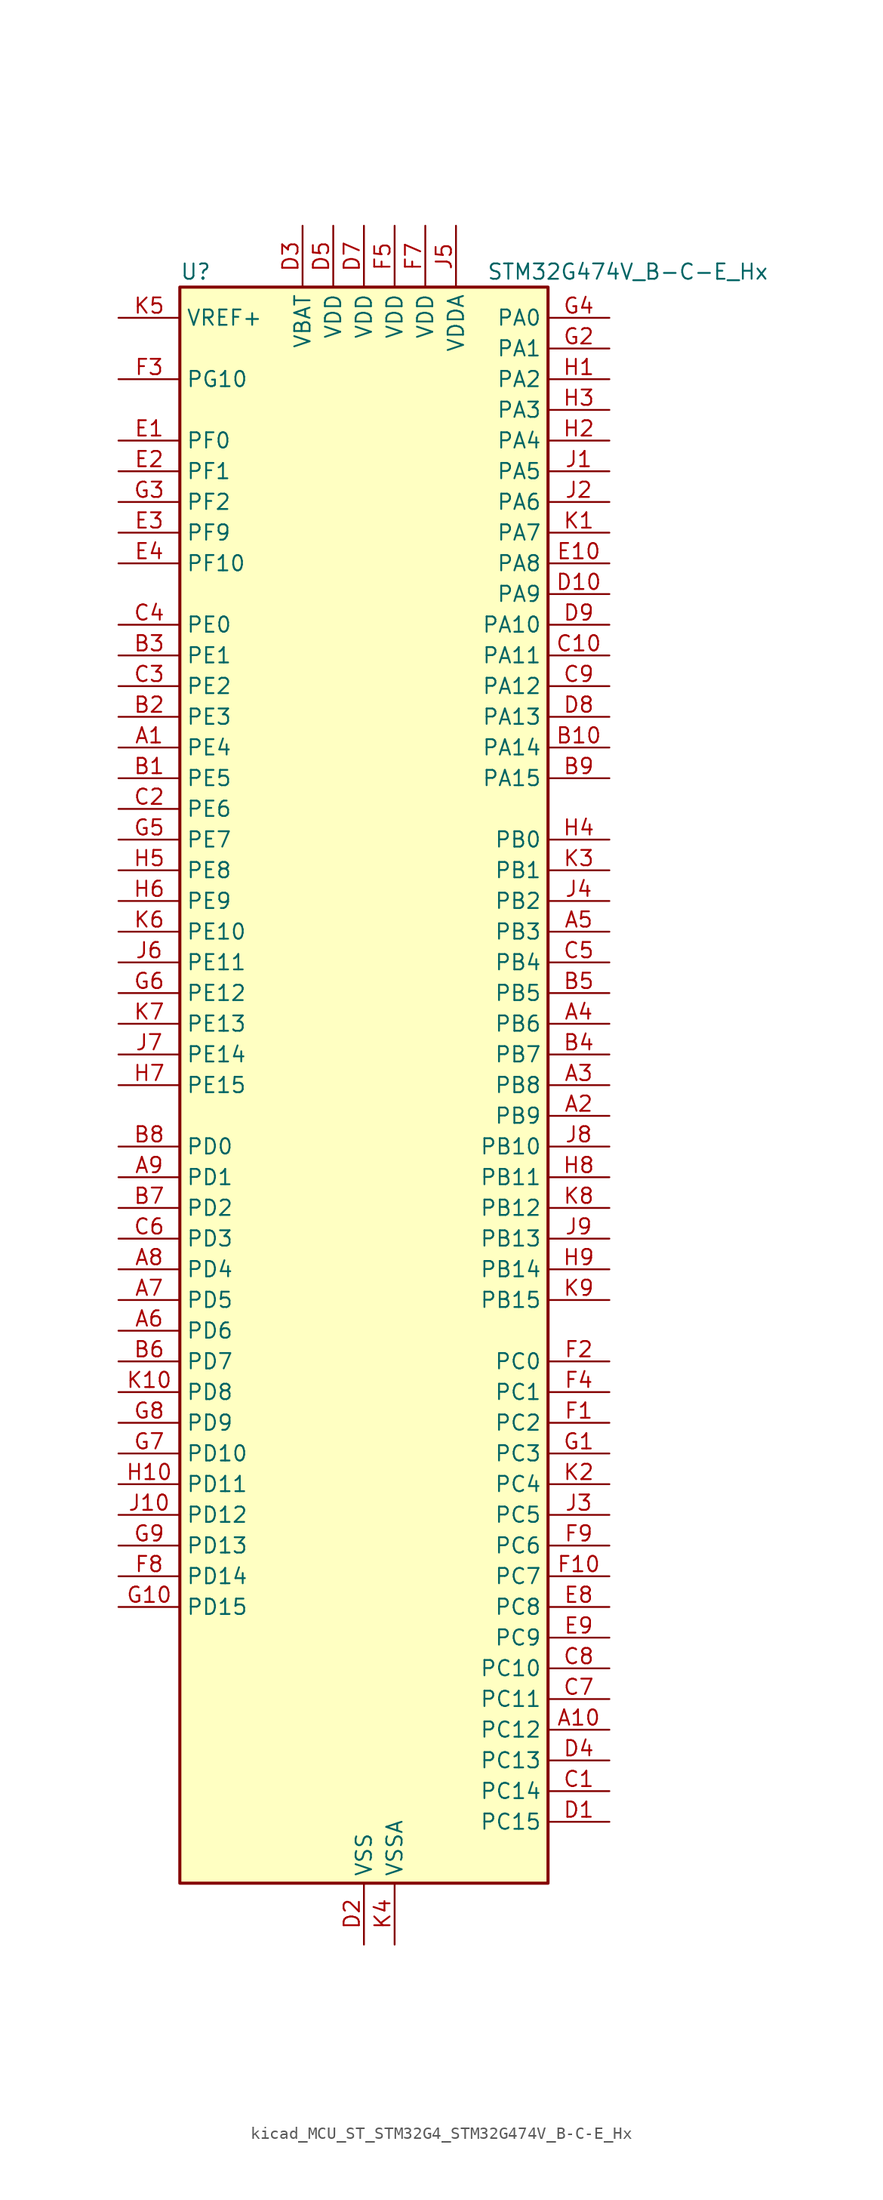
<source format=kicad_sym>
(kicad_symbol_lib
  (version 20220914)
  (generator kicad_symbol_editor)
  (symbol "kicad_MCU_ST_STM32G4_STM32G474V_B-C-E_Hx"
    (property "Reference" "U"
      (at -15.24 67.31 0)
      (effects (font (size 1.27 1.27)) (justify left)))
    (property "Value" "STM32G474V_B-C-E_Hx"
      (at 10.16 67.31 0)
      (effects (font (size 1.27 1.27)) (justify left)))
    (property "ki_locked" ""
      (at 0 0 0)
      (effects (font (size 1.27 1.27))))
    (symbol "kicad_MCU_ST_STM32G4_STM32G474V_B-C-E_Hx_0_1"
      (rectangle (start -15.24 -66.04) (end 15.24 66.04) (stroke (width 0.254) (type default)) (fill (type background))))
    (symbol "kicad_MCU_ST_STM32G4_STM32G474V_B-C-E_Hx_1_1"
      (pin bidirectional line (at -20.32 27.94 0) (length 5.08) (name "PE4" (effects (font (size 1.27 1.27)))) (number "A1" (effects (font (size 1.27 1.27)))) (alternate "FMC_A20" bidirectional line) (alternate "SAI1_D2" bidirectional line) (alternate "SAI1_FS_A" bidirectional line) (alternate "SPI4_NSS" bidirectional line) (alternate "SYS_TRACED1" bidirectional line) (alternate "TIM20_CH1N" bidirectional line) (alternate "TIM3_CH3" bidirectional line))
      (pin bidirectional line (at 20.32 -53.34 180) (length 5.08) (name "PC12" (effects (font (size 1.27 1.27)))) (number "A10" (effects (font (size 1.27 1.27)))) (alternate "HRTIM1_EEV1" bidirectional line) (alternate "I2S3_SD" bidirectional line) (alternate "SPI3_MOSI" bidirectional line) (alternate "TIM5_CH2" bidirectional line) (alternate "TIM8_CH3N" bidirectional line) (alternate "UART5_TX" bidirectional line) (alternate "UCPD1_FRSTX1" bidirectional line) (alternate "UCPD1_FRSTX2" bidirectional line) (alternate "USART3_CK" bidirectional line))
      (pin bidirectional line (at 20.32 -2.54 180) (length 5.08) (name "PB9" (effects (font (size 1.27 1.27)))) (number "A2" (effects (font (size 1.27 1.27)))) (alternate "COMP2_OUT" bidirectional line) (alternate "DAC1_EXTI9" bidirectional line) (alternate "DAC2_EXTI9" bidirectional line) (alternate "DAC3_EXTI9" bidirectional line) (alternate "DAC4_EXTI9" bidirectional line) (alternate "FDCAN1_TX" bidirectional line) (alternate "HRTIM1_EEV5" bidirectional line) (alternate "I2C1_SDA" bidirectional line) (alternate "IR_OUT" bidirectional line) (alternate "SAI1_D2" bidirectional line) (alternate "SAI1_FS_A" bidirectional line) (alternate "TIM17_CH1" bidirectional line) (alternate "TIM1_CH3N" bidirectional line) (alternate "TIM4_CH4" bidirectional line) (alternate "TIM8_CH3" bidirectional line) (alternate "USART3_TX" bidirectional line))
      (pin bidirectional line (at 20.32 0 180) (length 5.08) (name "PB8" (effects (font (size 1.27 1.27)))) (number "A3" (effects (font (size 1.27 1.27)))) (alternate "COMP1_OUT" bidirectional line) (alternate "FDCAN1_RX" bidirectional line) (alternate "HRTIM1_EEV8" bidirectional line) (alternate "I2C1_SCL" bidirectional line) (alternate "SAI1_CK1" bidirectional line) (alternate "SAI1_MCLK_A" bidirectional line) (alternate "TIM16_CH1" bidirectional line) (alternate "TIM1_BKIN" bidirectional line) (alternate "TIM4_CH3" bidirectional line) (alternate "TIM8_CH2" bidirectional line) (alternate "USART3_RX" bidirectional line))
      (pin bidirectional line (at 20.32 5.08 180) (length 5.08) (name "PB6" (effects (font (size 1.27 1.27)))) (number "A4" (effects (font (size 1.27 1.27)))) (alternate "COMP4_OUT" bidirectional line) (alternate "FDCAN2_TX" bidirectional line) (alternate "HRTIM1_EEV4" bidirectional line) (alternate "HRTIM1_SCIN" bidirectional line) (alternate "LPTIM1_ETR" bidirectional line) (alternate "SAI1_FS_B" bidirectional line) (alternate "TIM16_CH1N" bidirectional line) (alternate "TIM4_CH1" bidirectional line) (alternate "TIM8_BKIN2" bidirectional line) (alternate "TIM8_CH1" bidirectional line) (alternate "TIM8_ETR" bidirectional line) (alternate "UCPD1_CC1" bidirectional line) (alternate "USART1_TX" bidirectional line))
      (pin bidirectional line (at 20.32 12.7 180) (length 5.08) (name "PB3" (effects (font (size 1.27 1.27)))) (number "A5" (effects (font (size 1.27 1.27)))) (alternate "ADC3_EXTI3" bidirectional line) (alternate "ADC4_EXTI3" bidirectional line) (alternate "ADC5_EXTI3" bidirectional line) (alternate "CRS_SYNC" bidirectional line) (alternate "FDCAN3_RX" bidirectional line) (alternate "HRTIM1_EEV9" bidirectional line) (alternate "HRTIM1_SCOUT" bidirectional line) (alternate "I2S3_CK" bidirectional line) (alternate "SAI1_SCK_B" bidirectional line) (alternate "SPI1_SCK" bidirectional line) (alternate "SPI3_SCK" bidirectional line) (alternate "SYS_JTDO-SWO" bidirectional line) (alternate "TIM2_CH2" bidirectional line) (alternate "TIM3_ETR" bidirectional line) (alternate "TIM4_ETR" bidirectional line) (alternate "TIM8_CH1N" bidirectional line) (alternate "USART2_TX" bidirectional line))
      (pin bidirectional line (at -20.32 -20.32 0) (length 5.08) (name "PD6" (effects (font (size 1.27 1.27)))) (number "A6" (effects (font (size 1.27 1.27)))) (alternate "FMC_NWAIT" bidirectional line) (alternate "QUADSPI1_BK2_IO2" bidirectional line) (alternate "SAI1_D1" bidirectional line) (alternate "SAI1_SD_A" bidirectional line) (alternate "TIM2_CH4" bidirectional line) (alternate "USART2_RX" bidirectional line))
      (pin bidirectional line (at -20.32 -17.78 0) (length 5.08) (name "PD5" (effects (font (size 1.27 1.27)))) (number "A7" (effects (font (size 1.27 1.27)))) (alternate "FMC_NWE" bidirectional line) (alternate "QUADSPI1_BK2_IO1" bidirectional line) (alternate "USART2_TX" bidirectional line))
      (pin bidirectional line (at -20.32 -15.24 0) (length 5.08) (name "PD4" (effects (font (size 1.27 1.27)))) (number "A8" (effects (font (size 1.27 1.27)))) (alternate "FMC_NOE" bidirectional line) (alternate "QUADSPI1_BK2_IO0" bidirectional line) (alternate "TIM2_CH2" bidirectional line) (alternate "USART2_DE" bidirectional line) (alternate "USART2_RTS" bidirectional line))
      (pin bidirectional line (at -20.32 -7.62 0) (length 5.08) (name "PD1" (effects (font (size 1.27 1.27)))) (number "A9" (effects (font (size 1.27 1.27)))) (alternate "FDCAN1_TX" bidirectional line) (alternate "FMC_D3" bidirectional line) (alternate "FMC_DA3" bidirectional line) (alternate "TIM8_BKIN2" bidirectional line) (alternate "TIM8_CH4" bidirectional line))
      (pin bidirectional line (at -20.32 25.4 0) (length 5.08) (name "PE5" (effects (font (size 1.27 1.27)))) (number "B1" (effects (font (size 1.27 1.27)))) (alternate "FMC_A21" bidirectional line) (alternate "SAI1_CK2" bidirectional line) (alternate "SAI1_SCK_A" bidirectional line) (alternate "SPI4_MISO" bidirectional line) (alternate "SYS_TRACED2" bidirectional line) (alternate "TIM20_CH2N" bidirectional line) (alternate "TIM3_CH4" bidirectional line))
      (pin bidirectional line (at 20.32 27.94 180) (length 5.08) (name "PA14" (effects (font (size 1.27 1.27)))) (number "B10" (effects (font (size 1.27 1.27)))) (alternate "I2C1_SDA" bidirectional line) (alternate "I2C4_SMBA" bidirectional line) (alternate "LPTIM1_OUT" bidirectional line) (alternate "SAI1_FS_B" bidirectional line) (alternate "SYS_JTCK-SWCLK" bidirectional line) (alternate "TIM1_BKIN" bidirectional line) (alternate "TIM8_CH2" bidirectional line) (alternate "USART2_TX" bidirectional line))
      (pin bidirectional line (at -20.32 30.48 0) (length 5.08) (name "PE3" (effects (font (size 1.27 1.27)))) (number "B2" (effects (font (size 1.27 1.27)))) (alternate "ADC3_EXTI3" bidirectional line) (alternate "ADC4_EXTI3" bidirectional line) (alternate "ADC5_EXTI3" bidirectional line) (alternate "FMC_A19" bidirectional line) (alternate "SAI1_SD_B" bidirectional line) (alternate "SPI4_NSS" bidirectional line) (alternate "SYS_TRACED0" bidirectional line) (alternate "TIM20_CH2" bidirectional line) (alternate "TIM3_CH2" bidirectional line))
      (pin bidirectional line (at -20.32 35.56 0) (length 5.08) (name "PE1" (effects (font (size 1.27 1.27)))) (number "B3" (effects (font (size 1.27 1.27)))) (alternate "FMC_NBL1" bidirectional line) (alternate "TIM17_CH1" bidirectional line) (alternate "TIM20_CH4" bidirectional line) (alternate "USART1_RX" bidirectional line))
      (pin bidirectional line (at 20.32 2.54 180) (length 5.08) (name "PB7" (effects (font (size 1.27 1.27)))) (number "B4" (effects (font (size 1.27 1.27)))) (alternate "COMP3_OUT" bidirectional line) (alternate "FMC_NL" bidirectional line) (alternate "HRTIM1_EEV3" bidirectional line) (alternate "I2C1_SDA" bidirectional line) (alternate "I2C4_SDA" bidirectional line) (alternate "LPTIM1_IN2" bidirectional line) (alternate "SYS_PVD_IN" bidirectional line) (alternate "TIM17_CH1N" bidirectional line) (alternate "TIM3_CH4" bidirectional line) (alternate "TIM4_CH2" bidirectional line) (alternate "TIM8_BKIN" bidirectional line) (alternate "UART4_CTS" bidirectional line) (alternate "USART1_RX" bidirectional line))
      (pin bidirectional line (at 20.32 7.62 180) (length 5.08) (name "PB5" (effects (font (size 1.27 1.27)))) (number "B5" (effects (font (size 1.27 1.27)))) (alternate "FDCAN2_RX" bidirectional line) (alternate "HRTIM1_EEV6" bidirectional line) (alternate "I2C1_SMBA" bidirectional line) (alternate "I2C3_SDA" bidirectional line) (alternate "I2S3_SD" bidirectional line) (alternate "LPTIM1_IN1" bidirectional line) (alternate "SAI1_SD_B" bidirectional line) (alternate "SPI1_MOSI" bidirectional line) (alternate "SPI3_MOSI" bidirectional line) (alternate "TIM16_BKIN" bidirectional line) (alternate "TIM17_CH1" bidirectional line) (alternate "TIM3_CH2" bidirectional line) (alternate "TIM8_CH3N" bidirectional line) (alternate "UART5_CTS" bidirectional line) (alternate "USART2_CK" bidirectional line))
      (pin bidirectional line (at -20.32 -22.86 0) (length 5.08) (name "PD7" (effects (font (size 1.27 1.27)))) (number "B6" (effects (font (size 1.27 1.27)))) (alternate "FMC_NCE" bidirectional line) (alternate "FMC_NE1" bidirectional line) (alternate "QUADSPI1_BK2_IO3" bidirectional line) (alternate "TIM2_CH3" bidirectional line) (alternate "USART2_CK" bidirectional line))
      (pin bidirectional line (at -20.32 -10.16 0) (length 5.08) (name "PD2" (effects (font (size 1.27 1.27)))) (number "B7" (effects (font (size 1.27 1.27)))) (alternate "ADC3_EXTI2" bidirectional line) (alternate "ADC4_EXTI2" bidirectional line) (alternate "ADC5_EXTI2" bidirectional line) (alternate "TIM3_ETR" bidirectional line) (alternate "TIM8_BKIN" bidirectional line) (alternate "UART5_RX" bidirectional line))
      (pin bidirectional line (at -20.32 -5.08 0) (length 5.08) (name "PD0" (effects (font (size 1.27 1.27)))) (number "B8" (effects (font (size 1.27 1.27)))) (alternate "FDCAN1_RX" bidirectional line) (alternate "FMC_D2" bidirectional line) (alternate "FMC_DA2" bidirectional line) (alternate "TIM8_CH4N" bidirectional line))
      (pin bidirectional line (at 20.32 25.4 180) (length 5.08) (name "PA15" (effects (font (size 1.27 1.27)))) (number "B9" (effects (font (size 1.27 1.27)))) (alternate "ADC1_EXTI15" bidirectional line) (alternate "ADC2_EXTI15" bidirectional line) (alternate "FDCAN3_TX" bidirectional line) (alternate "HRTIM1_FLT2" bidirectional line) (alternate "I2C1_SCL" bidirectional line) (alternate "I2S3_WS" bidirectional line) (alternate "SPI1_NSS" bidirectional line) (alternate "SPI3_NSS" bidirectional line) (alternate "SYS_JTDI" bidirectional line) (alternate "TIM1_BKIN" bidirectional line) (alternate "TIM2_CH1" bidirectional line) (alternate "TIM2_ETR" bidirectional line) (alternate "TIM8_CH1" bidirectional line) (alternate "UART4_DE" bidirectional line) (alternate "UART4_RTS" bidirectional line) (alternate "USART2_RX" bidirectional line))
      (pin bidirectional line (at 20.32 -58.42 180) (length 5.08) (name "PC14" (effects (font (size 1.27 1.27)))) (number "C1" (effects (font (size 1.27 1.27)))) (alternate "RCC_OSC32_IN" bidirectional line))
      (pin bidirectional line (at 20.32 35.56 180) (length 5.08) (name "PA11" (effects (font (size 1.27 1.27)))) (number "C10" (effects (font (size 1.27 1.27)))) (alternate "ADC1_EXTI11" bidirectional line) (alternate "ADC2_EXTI11" bidirectional line) (alternate "COMP1_OUT" bidirectional line) (alternate "FDCAN1_RX" bidirectional line) (alternate "HRTIM1_CHB2" bidirectional line) (alternate "I2S2_SD" bidirectional line) (alternate "SPI2_MOSI" bidirectional line) (alternate "TIM1_BKIN2" bidirectional line) (alternate "TIM1_CH1N" bidirectional line) (alternate "TIM1_CH4" bidirectional line) (alternate "TIM4_CH1" bidirectional line) (alternate "USART1_CTS" bidirectional line) (alternate "USART1_NSS" bidirectional line) (alternate "USB_DM" bidirectional line))
      (pin bidirectional line (at -20.32 22.86 0) (length 5.08) (name "PE6" (effects (font (size 1.27 1.27)))) (number "C2" (effects (font (size 1.27 1.27)))) (alternate "FMC_A22" bidirectional line) (alternate "RTC_TAMP3" bidirectional line) (alternate "SAI1_D1" bidirectional line) (alternate "SAI1_SD_A" bidirectional line) (alternate "SPI4_MOSI" bidirectional line) (alternate "SYS_TRACED3" bidirectional line) (alternate "SYS_WKUP3" bidirectional line) (alternate "TIM20_CH3N" bidirectional line))
      (pin bidirectional line (at -20.32 33.02 0) (length 5.08) (name "PE2" (effects (font (size 1.27 1.27)))) (number "C3" (effects (font (size 1.27 1.27)))) (alternate "ADC3_EXTI2" bidirectional line) (alternate "ADC4_EXTI2" bidirectional line) (alternate "ADC5_EXTI2" bidirectional line) (alternate "FMC_A23" bidirectional line) (alternate "SAI1_CK1" bidirectional line) (alternate "SAI1_MCLK_A" bidirectional line) (alternate "SPI4_SCK" bidirectional line) (alternate "SYS_TRACECLK" bidirectional line) (alternate "TIM20_CH1" bidirectional line) (alternate "TIM3_CH1" bidirectional line))
      (pin bidirectional line (at -20.32 38.1 0) (length 5.08) (name "PE0" (effects (font (size 1.27 1.27)))) (number "C4" (effects (font (size 1.27 1.27)))) (alternate "FMC_NBL0" bidirectional line) (alternate "TIM16_CH1" bidirectional line) (alternate "TIM20_CH4N" bidirectional line) (alternate "TIM20_ETR" bidirectional line) (alternate "TIM4_ETR" bidirectional line) (alternate "USART1_TX" bidirectional line))
      (pin bidirectional line (at 20.32 10.16 180) (length 5.08) (name "PB4" (effects (font (size 1.27 1.27)))) (number "C5" (effects (font (size 1.27 1.27)))) (alternate "FDCAN3_TX" bidirectional line) (alternate "HRTIM1_EEV7" bidirectional line) (alternate "SAI1_MCLK_B" bidirectional line) (alternate "SPI1_MISO" bidirectional line) (alternate "SPI3_MISO" bidirectional line) (alternate "SYS_JTRST" bidirectional line) (alternate "TIM16_CH1" bidirectional line) (alternate "TIM17_BKIN" bidirectional line) (alternate "TIM3_CH1" bidirectional line) (alternate "TIM8_CH2N" bidirectional line) (alternate "UART5_DE" bidirectional line) (alternate "UART5_RTS" bidirectional line) (alternate "UCPD1_CC2" bidirectional line) (alternate "USART2_RX" bidirectional line))
      (pin bidirectional line (at -20.32 -12.7 0) (length 5.08) (name "PD3" (effects (font (size 1.27 1.27)))) (number "C6" (effects (font (size 1.27 1.27)))) (alternate "ADC3_EXTI3" bidirectional line) (alternate "ADC4_EXTI3" bidirectional line) (alternate "ADC5_EXTI3" bidirectional line) (alternate "FMC_CLK" bidirectional line) (alternate "QUADSPI1_BK2_NCS" bidirectional line) (alternate "TIM2_CH1" bidirectional line) (alternate "TIM2_ETR" bidirectional line) (alternate "USART2_CTS" bidirectional line) (alternate "USART2_NSS" bidirectional line))
      (pin bidirectional line (at 20.32 -50.8 180) (length 5.08) (name "PC11" (effects (font (size 1.27 1.27)))) (number "C7" (effects (font (size 1.27 1.27)))) (alternate "ADC1_EXTI11" bidirectional line) (alternate "ADC2_EXTI11" bidirectional line) (alternate "HRTIM1_EEV2" bidirectional line) (alternate "I2C3_SDA" bidirectional line) (alternate "SPI3_MISO" bidirectional line) (alternate "TIM8_CH2N" bidirectional line) (alternate "UART4_RX" bidirectional line) (alternate "USART3_RX" bidirectional line))
      (pin bidirectional line (at 20.32 -48.26 180) (length 5.08) (name "PC10" (effects (font (size 1.27 1.27)))) (number "C8" (effects (font (size 1.27 1.27)))) (alternate "DAC1_EXTI10" bidirectional line) (alternate "DAC2_EXTI10" bidirectional line) (alternate "DAC3_EXTI10" bidirectional line) (alternate "DAC4_EXTI10" bidirectional line) (alternate "HRTIM1_FLT6" bidirectional line) (alternate "I2S3_CK" bidirectional line) (alternate "SPI3_SCK" bidirectional line) (alternate "TIM8_CH1N" bidirectional line) (alternate "UART4_TX" bidirectional line) (alternate "USART3_TX" bidirectional line))
      (pin bidirectional line (at 20.32 33.02 180) (length 5.08) (name "PA12" (effects (font (size 1.27 1.27)))) (number "C9" (effects (font (size 1.27 1.27)))) (alternate "COMP2_OUT" bidirectional line) (alternate "FDCAN1_TX" bidirectional line) (alternate "HRTIM1_FLT1" bidirectional line) (alternate "I2S_CKIN" bidirectional line) (alternate "TIM16_CH1" bidirectional line) (alternate "TIM1_CH2N" bidirectional line) (alternate "TIM1_ETR" bidirectional line) (alternate "TIM4_CH2" bidirectional line) (alternate "USART1_DE" bidirectional line) (alternate "USART1_RTS" bidirectional line) (alternate "USB_DP" bidirectional line))
      (pin bidirectional line (at 20.32 -60.96 180) (length 5.08) (name "PC15" (effects (font (size 1.27 1.27)))) (number "D1" (effects (font (size 1.27 1.27)))) (alternate "ADC1_EXTI15" bidirectional line) (alternate "ADC2_EXTI15" bidirectional line) (alternate "RCC_OSC32_OUT" bidirectional line))
      (pin bidirectional line (at 20.32 40.64 180) (length 5.08) (name "PA9" (effects (font (size 1.27 1.27)))) (number "D10" (effects (font (size 1.27 1.27)))) (alternate "ADC5_IN2" bidirectional line) (alternate "COMP5_OUT" bidirectional line) (alternate "DAC1_EXTI9" bidirectional line) (alternate "DAC2_EXTI9" bidirectional line) (alternate "DAC3_EXTI9" bidirectional line) (alternate "DAC4_EXTI9" bidirectional line) (alternate "HRTIM1_CHA2" bidirectional line) (alternate "I2C2_SCL" bidirectional line) (alternate "I2C3_SMBA" bidirectional line) (alternate "I2S3_MCK" bidirectional line) (alternate "SAI1_FS_A" bidirectional line) (alternate "TIM15_BKIN" bidirectional line) (alternate "TIM1_CH2" bidirectional line) (alternate "TIM2_CH3" bidirectional line) (alternate "UCPD1_DBCC1" bidirectional line) (alternate "USART1_TX" bidirectional line))
      (pin power_in line (at 0 -71.12 90) (length 5.08) (name "VSS" (effects (font (size 1.27 1.27)))) (number "D2" (effects (font (size 1.27 1.27)))))
      (pin power_in line (at -5.08 71.12 270) (length 5.08) (name "VBAT" (effects (font (size 1.27 1.27)))) (number "D3" (effects (font (size 1.27 1.27)))))
      (pin bidirectional line (at 20.32 -55.88 180) (length 5.08) (name "PC13" (effects (font (size 1.27 1.27)))) (number "D4" (effects (font (size 1.27 1.27)))) (alternate "RTC_OUT1" bidirectional line) (alternate "RTC_TAMP1" bidirectional line) (alternate "RTC_TS" bidirectional line) (alternate "SYS_WKUP2" bidirectional line) (alternate "TIM1_BKIN" bidirectional line) (alternate "TIM1_CH1N" bidirectional line) (alternate "TIM8_CH4N" bidirectional line))
      (pin power_in line (at -2.54 71.12 270) (length 5.08) (name "VDD" (effects (font (size 1.27 1.27)))) (number "D5" (effects (font (size 1.27 1.27)))))
      (pin passive line (at 0 -71.12 90) (length 5.08) hide (name "VSS" (effects (font (size 1.27 1.27)))) (number "D6" (effects (font (size 1.27 1.27)))))
      (pin power_in line (at 0 71.12 270) (length 5.08) (name "VDD" (effects (font (size 1.27 1.27)))) (number "D7" (effects (font (size 1.27 1.27)))))
      (pin bidirectional line (at 20.32 30.48 180) (length 5.08) (name "PA13" (effects (font (size 1.27 1.27)))) (number "D8" (effects (font (size 1.27 1.27)))) (alternate "I2C1_SCL" bidirectional line) (alternate "I2C4_SCL" bidirectional line) (alternate "IR_OUT" bidirectional line) (alternate "SAI1_SD_B" bidirectional line) (alternate "SYS_JTMS-SWDIO" bidirectional line) (alternate "TIM16_CH1N" bidirectional line) (alternate "TIM4_CH3" bidirectional line) (alternate "USART3_CTS" bidirectional line) (alternate "USART3_NSS" bidirectional line))
      (pin bidirectional line (at 20.32 38.1 180) (length 5.08) (name "PA10" (effects (font (size 1.27 1.27)))) (number "D9" (effects (font (size 1.27 1.27)))) (alternate "COMP6_OUT" bidirectional line) (alternate "CRS_SYNC" bidirectional line) (alternate "DAC1_EXTI10" bidirectional line) (alternate "DAC2_EXTI10" bidirectional line) (alternate "DAC3_EXTI10" bidirectional line) (alternate "DAC4_EXTI10" bidirectional line) (alternate "HRTIM1_CHB1" bidirectional line) (alternate "I2C2_SMBA" bidirectional line) (alternate "SAI1_D1" bidirectional line) (alternate "SAI1_SD_A" bidirectional line) (alternate "SPI2_MISO" bidirectional line) (alternate "TIM17_BKIN" bidirectional line) (alternate "TIM1_CH3" bidirectional line) (alternate "TIM2_CH4" bidirectional line) (alternate "TIM8_BKIN" bidirectional line) (alternate "UCPD1_DBCC2" bidirectional line) (alternate "USART1_RX" bidirectional line))
      (pin bidirectional line (at -20.32 53.34 0) (length 5.08) (name "PF0" (effects (font (size 1.27 1.27)))) (number "E1" (effects (font (size 1.27 1.27)))) (alternate "ADC1_IN10" bidirectional line) (alternate "I2C2_SDA" bidirectional line) (alternate "I2S2_WS" bidirectional line) (alternate "RCC_OSC_IN" bidirectional line) (alternate "SPI2_NSS" bidirectional line) (alternate "TIM1_CH3N" bidirectional line))
      (pin bidirectional line (at 20.32 43.18 180) (length 5.08) (name "PA8" (effects (font (size 1.27 1.27)))) (number "E10" (effects (font (size 1.27 1.27)))) (alternate "ADC5_IN1" bidirectional line) (alternate "COMP7_OUT" bidirectional line) (alternate "FDCAN3_RX" bidirectional line) (alternate "HRTIM1_CHA1" bidirectional line) (alternate "I2C2_SDA" bidirectional line) (alternate "I2C3_SCL" bidirectional line) (alternate "I2S2_MCK" bidirectional line) (alternate "OPAMP5_VOUT" bidirectional line) (alternate "RCC_MCO" bidirectional line) (alternate "SAI1_CK2" bidirectional line) (alternate "SAI1_SCK_A" bidirectional line) (alternate "TIM1_CH1" bidirectional line) (alternate "TIM4_ETR" bidirectional line) (alternate "USART1_CK" bidirectional line))
      (pin bidirectional line (at -20.32 50.8 0) (length 5.08) (name "PF1" (effects (font (size 1.27 1.27)))) (number "E2" (effects (font (size 1.27 1.27)))) (alternate "ADC2_IN10" bidirectional line) (alternate "COMP3_INM" bidirectional line) (alternate "I2S2_CK" bidirectional line) (alternate "RCC_OSC_OUT" bidirectional line) (alternate "SPI2_SCK" bidirectional line))
      (pin bidirectional line (at -20.32 45.72 0) (length 5.08) (name "PF9" (effects (font (size 1.27 1.27)))) (number "E3" (effects (font (size 1.27 1.27)))) (alternate "DAC1_EXTI9" bidirectional line) (alternate "DAC2_EXTI9" bidirectional line) (alternate "DAC3_EXTI9" bidirectional line) (alternate "DAC4_EXTI9" bidirectional line) (alternate "FMC_A25" bidirectional line) (alternate "QUADSPI1_BK1_IO1" bidirectional line) (alternate "SAI1_FS_B" bidirectional line) (alternate "SPI2_SCK" bidirectional line) (alternate "TIM15_CH1" bidirectional line) (alternate "TIM20_BKIN" bidirectional line) (alternate "TIM5_CH4" bidirectional line))
      (pin bidirectional line (at -20.32 43.18 0) (length 5.08) (name "PF10" (effects (font (size 1.27 1.27)))) (number "E4" (effects (font (size 1.27 1.27)))) (alternate "DAC1_EXTI10" bidirectional line) (alternate "DAC2_EXTI10" bidirectional line) (alternate "DAC3_EXTI10" bidirectional line) (alternate "DAC4_EXTI10" bidirectional line) (alternate "FMC_A0" bidirectional line) (alternate "QUADSPI1_CLK" bidirectional line) (alternate "SAI1_D3" bidirectional line) (alternate "SPI2_SCK" bidirectional line) (alternate "TIM15_CH2" bidirectional line) (alternate "TIM20_BKIN2" bidirectional line))
      (pin passive line (at 0 -71.12 90) (length 5.08) hide (name "VSS" (effects (font (size 1.27 1.27)))) (number "E5" (effects (font (size 1.27 1.27)))))
      (pin passive line (at 0 -71.12 90) (length 5.08) hide (name "VSS" (effects (font (size 1.27 1.27)))) (number "E6" (effects (font (size 1.27 1.27)))))
      (pin passive line (at 0 -71.12 90) (length 5.08) hide (name "VSS" (effects (font (size 1.27 1.27)))) (number "E7" (effects (font (size 1.27 1.27)))))
      (pin bidirectional line (at 20.32 -43.18 180) (length 5.08) (name "PC8" (effects (font (size 1.27 1.27)))) (number "E8" (effects (font (size 1.27 1.27)))) (alternate "COMP7_OUT" bidirectional line) (alternate "HRTIM1_CHE1" bidirectional line) (alternate "I2C3_SCL" bidirectional line) (alternate "TIM20_CH3" bidirectional line) (alternate "TIM3_CH3" bidirectional line) (alternate "TIM8_CH3" bidirectional line))
      (pin bidirectional line (at 20.32 -45.72 180) (length 5.08) (name "PC9" (effects (font (size 1.27 1.27)))) (number "E9" (effects (font (size 1.27 1.27)))) (alternate "DAC1_EXTI9" bidirectional line) (alternate "DAC2_EXTI9" bidirectional line) (alternate "DAC3_EXTI9" bidirectional line) (alternate "DAC4_EXTI9" bidirectional line) (alternate "HRTIM1_CHE2" bidirectional line) (alternate "I2C3_SDA" bidirectional line) (alternate "I2S_CKIN" bidirectional line) (alternate "TIM3_CH4" bidirectional line) (alternate "TIM8_BKIN2" bidirectional line) (alternate "TIM8_CH4" bidirectional line))
      (pin bidirectional line (at 20.32 -27.94 180) (length 5.08) (name "PC2" (effects (font (size 1.27 1.27)))) (number "F1" (effects (font (size 1.27 1.27)))) (alternate "ADC1_IN8" bidirectional line) (alternate "ADC2_IN8" bidirectional line) (alternate "ADC3_EXTI2" bidirectional line) (alternate "ADC4_EXTI2" bidirectional line) (alternate "ADC5_EXTI2" bidirectional line) (alternate "COMP3_OUT" bidirectional line) (alternate "LPTIM1_IN2" bidirectional line) (alternate "QUADSPI1_BK2_IO1" bidirectional line) (alternate "TIM1_CH3" bidirectional line) (alternate "TIM20_CH2" bidirectional line))
      (pin bidirectional line (at 20.32 -40.64 180) (length 5.08) (name "PC7" (effects (font (size 1.27 1.27)))) (number "F10" (effects (font (size 1.27 1.27)))) (alternate "COMP5_OUT" bidirectional line) (alternate "HRTIM1_CHF2" bidirectional line) (alternate "HRTIM1_FLT5" bidirectional line) (alternate "I2C4_SDA" bidirectional line) (alternate "I2S3_MCK" bidirectional line) (alternate "TIM3_CH2" bidirectional line) (alternate "TIM8_CH2" bidirectional line))
      (pin bidirectional line (at 20.32 -22.86 180) (length 5.08) (name "PC0" (effects (font (size 1.27 1.27)))) (number "F2" (effects (font (size 1.27 1.27)))) (alternate "ADC1_IN6" bidirectional line) (alternate "ADC2_IN6" bidirectional line) (alternate "COMP3_INM" bidirectional line) (alternate "LPTIM1_IN1" bidirectional line) (alternate "LPUART1_RX" bidirectional line) (alternate "TIM1_CH1" bidirectional line))
      (pin bidirectional line (at -20.32 58.42 0) (length 5.08) (name "PG10" (effects (font (size 1.27 1.27)))) (number "F3" (effects (font (size 1.27 1.27)))) (alternate "DAC1_EXTI10" bidirectional line) (alternate "DAC2_EXTI10" bidirectional line) (alternate "DAC3_EXTI10" bidirectional line) (alternate "DAC4_EXTI10" bidirectional line) (alternate "RCC_MCO" bidirectional line))
      (pin bidirectional line (at 20.32 -25.4 180) (length 5.08) (name "PC1" (effects (font (size 1.27 1.27)))) (number "F4" (effects (font (size 1.27 1.27)))) (alternate "ADC1_IN7" bidirectional line) (alternate "ADC2_IN7" bidirectional line) (alternate "COMP3_INP" bidirectional line) (alternate "LPTIM1_OUT" bidirectional line) (alternate "LPUART1_TX" bidirectional line) (alternate "QUADSPI1_BK2_IO0" bidirectional line) (alternate "SAI1_SD_A" bidirectional line) (alternate "TIM1_CH2" bidirectional line))
      (pin power_in line (at 2.54 71.12 270) (length 5.08) (name "VDD" (effects (font (size 1.27 1.27)))) (number "F5" (effects (font (size 1.27 1.27)))))
      (pin passive line (at 0 -71.12 90) (length 5.08) hide (name "VSS" (effects (font (size 1.27 1.27)))) (number "F6" (effects (font (size 1.27 1.27)))))
      (pin power_in line (at 5.08 71.12 270) (length 5.08) (name "VDD" (effects (font (size 1.27 1.27)))) (number "F7" (effects (font (size 1.27 1.27)))))
      (pin bidirectional line (at -20.32 -40.64 0) (length 5.08) (name "PD14" (effects (font (size 1.27 1.27)))) (number "F8" (effects (font (size 1.27 1.27)))) (alternate "ADC3_IN11" bidirectional line) (alternate "ADC4_IN11" bidirectional line) (alternate "ADC5_IN11" bidirectional line) (alternate "COMP7_INP" bidirectional line) (alternate "FMC_D0" bidirectional line) (alternate "FMC_DA0" bidirectional line) (alternate "OPAMP2_VINP" bidirectional line) (alternate "OPAMP2_VINP_SEC" bidirectional line) (alternate "TIM4_CH3" bidirectional line))
      (pin bidirectional line (at 20.32 -38.1 180) (length 5.08) (name "PC6" (effects (font (size 1.27 1.27)))) (number "F9" (effects (font (size 1.27 1.27)))) (alternate "COMP6_OUT" bidirectional line) (alternate "HRTIM1_CHF1" bidirectional line) (alternate "HRTIM1_EEV10" bidirectional line) (alternate "I2C4_SCL" bidirectional line) (alternate "I2S2_MCK" bidirectional line) (alternate "TIM3_CH1" bidirectional line) (alternate "TIM8_CH1" bidirectional line))
      (pin bidirectional line (at 20.32 -30.48 180) (length 5.08) (name "PC3" (effects (font (size 1.27 1.27)))) (number "G1" (effects (font (size 1.27 1.27)))) (alternate "ADC1_IN9" bidirectional line) (alternate "ADC2_IN9" bidirectional line) (alternate "ADC3_EXTI3" bidirectional line) (alternate "ADC4_EXTI3" bidirectional line) (alternate "ADC5_EXTI3" bidirectional line) (alternate "LPTIM1_ETR" bidirectional line) (alternate "OPAMP5_VINP" bidirectional line) (alternate "OPAMP5_VINP_SEC" bidirectional line) (alternate "QUADSPI1_BK2_IO2" bidirectional line) (alternate "SAI1_D1" bidirectional line) (alternate "SAI1_SD_A" bidirectional line) (alternate "TIM1_BKIN2" bidirectional line) (alternate "TIM1_CH4" bidirectional line))
      (pin bidirectional line (at -20.32 -43.18 0) (length 5.08) (name "PD15" (effects (font (size 1.27 1.27)))) (number "G10" (effects (font (size 1.27 1.27)))) (alternate "ADC1_EXTI15" bidirectional line) (alternate "ADC2_EXTI15" bidirectional line) (alternate "COMP7_INM" bidirectional line) (alternate "FMC_D1" bidirectional line) (alternate "FMC_DA1" bidirectional line) (alternate "SPI2_NSS" bidirectional line) (alternate "TIM4_CH4" bidirectional line))
      (pin bidirectional line (at 20.32 60.96 180) (length 5.08) (name "PA1" (effects (font (size 1.27 1.27)))) (number "G2" (effects (font (size 1.27 1.27)))) (alternate "ADC1_IN2" bidirectional line) (alternate "ADC2_IN2" bidirectional line) (alternate "COMP1_INP" bidirectional line) (alternate "OPAMP1_VINP" bidirectional line) (alternate "OPAMP1_VINP_SEC" bidirectional line) (alternate "OPAMP3_VINP" bidirectional line) (alternate "OPAMP3_VINP_SEC" bidirectional line) (alternate "OPAMP6_VINM" bidirectional line) (alternate "OPAMP6_VINM0" bidirectional line) (alternate "OPAMP6_VINM_SEC" bidirectional line) (alternate "RTC_REFIN" bidirectional line) (alternate "TIM15_CH1N" bidirectional line) (alternate "TIM2_CH2" bidirectional line) (alternate "TIM5_CH2" bidirectional line) (alternate "USART2_DE" bidirectional line) (alternate "USART2_RTS" bidirectional line))
      (pin bidirectional line (at -20.32 48.26 0) (length 5.08) (name "PF2" (effects (font (size 1.27 1.27)))) (number "G3" (effects (font (size 1.27 1.27)))) (alternate "ADC3_EXTI2" bidirectional line) (alternate "ADC4_EXTI2" bidirectional line) (alternate "ADC5_EXTI2" bidirectional line) (alternate "FMC_A2" bidirectional line) (alternate "I2C2_SMBA" bidirectional line) (alternate "TIM20_CH3" bidirectional line))
      (pin bidirectional line (at 20.32 63.5 180) (length 5.08) (name "PA0" (effects (font (size 1.27 1.27)))) (number "G4" (effects (font (size 1.27 1.27)))) (alternate "ADC1_IN1" bidirectional line) (alternate "ADC2_IN1" bidirectional line) (alternate "COMP1_INM" bidirectional line) (alternate "COMP1_OUT" bidirectional line) (alternate "COMP3_INP" bidirectional line) (alternate "RTC_TAMP2" bidirectional line) (alternate "SYS_WKUP1" bidirectional line) (alternate "TIM2_CH1" bidirectional line) (alternate "TIM2_ETR" bidirectional line) (alternate "TIM5_CH1" bidirectional line) (alternate "TIM8_BKIN" bidirectional line) (alternate "TIM8_ETR" bidirectional line) (alternate "USART2_CTS" bidirectional line) (alternate "USART2_NSS" bidirectional line))
      (pin bidirectional line (at -20.32 20.32 0) (length 5.08) (name "PE7" (effects (font (size 1.27 1.27)))) (number "G5" (effects (font (size 1.27 1.27)))) (alternate "ADC3_IN4" bidirectional line) (alternate "COMP4_INP" bidirectional line) (alternate "FMC_D4" bidirectional line) (alternate "FMC_DA4" bidirectional line) (alternate "SAI1_SD_B" bidirectional line) (alternate "TIM1_ETR" bidirectional line))
      (pin bidirectional line (at -20.32 7.62 0) (length 5.08) (name "PE12" (effects (font (size 1.27 1.27)))) (number "G6" (effects (font (size 1.27 1.27)))) (alternate "ADC3_IN16" bidirectional line) (alternate "ADC4_IN16" bidirectional line) (alternate "ADC5_IN16" bidirectional line) (alternate "FMC_D9" bidirectional line) (alternate "FMC_DA9" bidirectional line) (alternate "QUADSPI1_BK1_IO0" bidirectional line) (alternate "SPI4_SCK" bidirectional line) (alternate "TIM1_CH3N" bidirectional line))
      (pin bidirectional line (at -20.32 -30.48 0) (length 5.08) (name "PD10" (effects (font (size 1.27 1.27)))) (number "G7" (effects (font (size 1.27 1.27)))) (alternate "ADC3_IN7" bidirectional line) (alternate "ADC4_IN7" bidirectional line) (alternate "ADC5_IN7" bidirectional line) (alternate "COMP6_INM" bidirectional line) (alternate "DAC1_EXTI10" bidirectional line) (alternate "DAC2_EXTI10" bidirectional line) (alternate "DAC3_EXTI10" bidirectional line) (alternate "DAC4_EXTI10" bidirectional line) (alternate "FMC_D15" bidirectional line) (alternate "FMC_DA15" bidirectional line) (alternate "USART3_CK" bidirectional line))
      (pin bidirectional line (at -20.32 -27.94 0) (length 5.08) (name "PD9" (effects (font (size 1.27 1.27)))) (number "G8" (effects (font (size 1.27 1.27)))) (alternate "ADC4_IN13" bidirectional line) (alternate "ADC5_IN13" bidirectional line) (alternate "DAC1_EXTI9" bidirectional line) (alternate "DAC2_EXTI9" bidirectional line) (alternate "DAC3_EXTI9" bidirectional line) (alternate "DAC4_EXTI9" bidirectional line) (alternate "FMC_D14" bidirectional line) (alternate "FMC_DA14" bidirectional line) (alternate "OPAMP6_VINP" bidirectional line) (alternate "OPAMP6_VINP_SEC" bidirectional line) (alternate "USART3_RX" bidirectional line))
      (pin bidirectional line (at -20.32 -38.1 0) (length 5.08) (name "PD13" (effects (font (size 1.27 1.27)))) (number "G9" (effects (font (size 1.27 1.27)))) (alternate "ADC3_IN10" bidirectional line) (alternate "ADC4_IN10" bidirectional line) (alternate "ADC5_IN10" bidirectional line) (alternate "COMP5_INM" bidirectional line) (alternate "FMC_A18" bidirectional line) (alternate "TIM4_CH2" bidirectional line))
      (pin bidirectional line (at 20.32 58.42 180) (length 5.08) (name "PA2" (effects (font (size 1.27 1.27)))) (number "H1" (effects (font (size 1.27 1.27)))) (alternate "ADC1_IN3" bidirectional line) (alternate "ADC3_EXTI2" bidirectional line) (alternate "ADC4_EXTI2" bidirectional line) (alternate "ADC5_EXTI2" bidirectional line) (alternate "COMP2_INM" bidirectional line) (alternate "COMP2_OUT" bidirectional line) (alternate "LPUART1_TX" bidirectional line) (alternate "OPAMP1_VOUT" bidirectional line) (alternate "QUADSPI1_BK1_NCS" bidirectional line) (alternate "RCC_LSCO" bidirectional line) (alternate "SYS_WKUP4" bidirectional line) (alternate "TIM15_CH1" bidirectional line) (alternate "TIM2_CH3" bidirectional line) (alternate "TIM5_CH3" bidirectional line) (alternate "UCPD1_FRSTX1" bidirectional line) (alternate "UCPD1_FRSTX2" bidirectional line) (alternate "USART2_TX" bidirectional line))
      (pin bidirectional line (at -20.32 -33.02 0) (length 5.08) (name "PD11" (effects (font (size 1.27 1.27)))) (number "H10" (effects (font (size 1.27 1.27)))) (alternate "ADC1_EXTI11" bidirectional line) (alternate "ADC2_EXTI11" bidirectional line) (alternate "ADC3_IN8" bidirectional line) (alternate "ADC4_IN8" bidirectional line) (alternate "ADC5_IN8" bidirectional line) (alternate "COMP6_INP" bidirectional line) (alternate "FMC_A16" bidirectional line) (alternate "FMC_CLE" bidirectional line) (alternate "I2C4_SMBA" bidirectional line) (alternate "OPAMP4_VINP" bidirectional line) (alternate "OPAMP4_VINP_SEC" bidirectional line) (alternate "TIM5_ETR" bidirectional line) (alternate "USART3_CTS" bidirectional line) (alternate "USART3_NSS" bidirectional line))
      (pin bidirectional line (at 20.32 53.34 180) (length 5.08) (name "PA4" (effects (font (size 1.27 1.27)))) (number "H2" (effects (font (size 1.27 1.27)))) (alternate "ADC2_IN17" bidirectional line) (alternate "COMP1_INM" bidirectional line) (alternate "DAC1_OUT1" bidirectional line) (alternate "I2S3_WS" bidirectional line) (alternate "SAI1_FS_B" bidirectional line) (alternate "SPI1_NSS" bidirectional line) (alternate "SPI3_NSS" bidirectional line) (alternate "TIM3_CH2" bidirectional line) (alternate "USART2_CK" bidirectional line))
      (pin bidirectional line (at 20.32 55.88 180) (length 5.08) (name "PA3" (effects (font (size 1.27 1.27)))) (number "H3" (effects (font (size 1.27 1.27)))) (alternate "ADC1_IN4" bidirectional line) (alternate "ADC3_EXTI3" bidirectional line) (alternate "ADC4_EXTI3" bidirectional line) (alternate "ADC5_EXTI3" bidirectional line) (alternate "COMP2_INP" bidirectional line) (alternate "LPUART1_RX" bidirectional line) (alternate "OPAMP1_VINM" bidirectional line) (alternate "OPAMP1_VINM0" bidirectional line) (alternate "OPAMP1_VINM_SEC" bidirectional line) (alternate "OPAMP1_VINP" bidirectional line) (alternate "OPAMP1_VINP_SEC" bidirectional line) (alternate "OPAMP5_VINM" bidirectional line) (alternate "OPAMP5_VINM1" bidirectional line) (alternate "OPAMP5_VINM_SEC" bidirectional line) (alternate "QUADSPI1_CLK" bidirectional line) (alternate "SAI1_CK1" bidirectional line) (alternate "SAI1_MCLK_A" bidirectional line) (alternate "TIM15_CH2" bidirectional line) (alternate "TIM2_CH4" bidirectional line) (alternate "TIM5_CH4" bidirectional line) (alternate "USART2_RX" bidirectional line))
      (pin bidirectional line (at 20.32 20.32 180) (length 5.08) (name "PB0" (effects (font (size 1.27 1.27)))) (number "H4" (effects (font (size 1.27 1.27)))) (alternate "ADC1_IN15" bidirectional line) (alternate "ADC3_IN12" bidirectional line) (alternate "COMP4_INP" bidirectional line) (alternate "HRTIM1_FLT5" bidirectional line) (alternate "OPAMP2_VINP" bidirectional line) (alternate "OPAMP2_VINP_SEC" bidirectional line) (alternate "OPAMP3_VINP" bidirectional line) (alternate "OPAMP3_VINP_SEC" bidirectional line) (alternate "QUADSPI1_BK1_IO1" bidirectional line) (alternate "TIM1_CH2N" bidirectional line) (alternate "TIM3_CH3" bidirectional line) (alternate "TIM8_CH2N" bidirectional line) (alternate "UCPD1_FRSTX1" bidirectional line) (alternate "UCPD1_FRSTX2" bidirectional line))
      (pin bidirectional line (at -20.32 17.78 0) (length 5.08) (name "PE8" (effects (font (size 1.27 1.27)))) (number "H5" (effects (font (size 1.27 1.27)))) (alternate "ADC3_IN6" bidirectional line) (alternate "ADC4_IN6" bidirectional line) (alternate "ADC5_IN6" bidirectional line) (alternate "COMP4_INM" bidirectional line) (alternate "FMC_D5" bidirectional line) (alternate "FMC_DA5" bidirectional line) (alternate "SAI1_SCK_B" bidirectional line) (alternate "TIM1_CH1N" bidirectional line) (alternate "TIM5_CH3" bidirectional line))
      (pin bidirectional line (at -20.32 15.24 0) (length 5.08) (name "PE9" (effects (font (size 1.27 1.27)))) (number "H6" (effects (font (size 1.27 1.27)))) (alternate "ADC3_IN2" bidirectional line) (alternate "DAC1_EXTI9" bidirectional line) (alternate "DAC2_EXTI9" bidirectional line) (alternate "DAC3_EXTI9" bidirectional line) (alternate "DAC4_EXTI9" bidirectional line) (alternate "FMC_D6" bidirectional line) (alternate "FMC_DA6" bidirectional line) (alternate "SAI1_FS_B" bidirectional line) (alternate "TIM1_CH1" bidirectional line) (alternate "TIM5_CH4" bidirectional line))
      (pin bidirectional line (at -20.32 0 0) (length 5.08) (name "PE15" (effects (font (size 1.27 1.27)))) (number "H7" (effects (font (size 1.27 1.27)))) (alternate "ADC1_EXTI15" bidirectional line) (alternate "ADC2_EXTI15" bidirectional line) (alternate "ADC4_IN2" bidirectional line) (alternate "FMC_D12" bidirectional line) (alternate "FMC_DA12" bidirectional line) (alternate "QUADSPI1_BK1_IO3" bidirectional line) (alternate "TIM1_BKIN" bidirectional line) (alternate "TIM1_CH4N" bidirectional line) (alternate "USART3_RX" bidirectional line))
      (pin bidirectional line (at 20.32 -7.62 180) (length 5.08) (name "PB11" (effects (font (size 1.27 1.27)))) (number "H8" (effects (font (size 1.27 1.27)))) (alternate "ADC1_EXTI11" bidirectional line) (alternate "ADC1_IN14" bidirectional line) (alternate "ADC2_EXTI11" bidirectional line) (alternate "ADC2_IN14" bidirectional line) (alternate "COMP6_INP" bidirectional line) (alternate "HRTIM1_FLT4" bidirectional line) (alternate "LPUART1_TX" bidirectional line) (alternate "OPAMP4_VINP" bidirectional line) (alternate "OPAMP4_VINP_SEC" bidirectional line) (alternate "OPAMP6_VOUT" bidirectional line) (alternate "QUADSPI1_BK1_NCS" bidirectional line) (alternate "TIM2_CH4" bidirectional line) (alternate "USART3_RX" bidirectional line))
      (pin bidirectional line (at 20.32 -15.24 180) (length 5.08) (name "PB14" (effects (font (size 1.27 1.27)))) (number "H9" (effects (font (size 1.27 1.27)))) (alternate "ADC1_IN5" bidirectional line) (alternate "ADC4_IN4" bidirectional line) (alternate "COMP4_OUT" bidirectional line) (alternate "COMP7_INP" bidirectional line) (alternate "HRTIM1_CHD1" bidirectional line) (alternate "OPAMP2_VINP" bidirectional line) (alternate "OPAMP2_VINP_SEC" bidirectional line) (alternate "OPAMP5_VINP" bidirectional line) (alternate "OPAMP5_VINP_SEC" bidirectional line) (alternate "SPI2_MISO" bidirectional line) (alternate "TIM15_CH1" bidirectional line) (alternate "TIM1_CH2N" bidirectional line) (alternate "USART3_DE" bidirectional line) (alternate "USART3_RTS" bidirectional line))
      (pin bidirectional line (at 20.32 50.8 180) (length 5.08) (name "PA5" (effects (font (size 1.27 1.27)))) (number "J1" (effects (font (size 1.27 1.27)))) (alternate "ADC2_IN13" bidirectional line) (alternate "COMP2_INM" bidirectional line) (alternate "DAC1_OUT2" bidirectional line) (alternate "OPAMP2_VINM" bidirectional line) (alternate "OPAMP2_VINM0" bidirectional line) (alternate "OPAMP2_VINM_SEC" bidirectional line) (alternate "SPI1_SCK" bidirectional line) (alternate "TIM2_CH1" bidirectional line) (alternate "TIM2_ETR" bidirectional line) (alternate "UCPD1_FRSTX1" bidirectional line) (alternate "UCPD1_FRSTX2" bidirectional line))
      (pin bidirectional line (at -20.32 -35.56 0) (length 5.08) (name "PD12" (effects (font (size 1.27 1.27)))) (number "J10" (effects (font (size 1.27 1.27)))) (alternate "ADC3_IN9" bidirectional line) (alternate "ADC4_IN9" bidirectional line) (alternate "ADC5_IN9" bidirectional line) (alternate "COMP5_INP" bidirectional line) (alternate "FMC_A17" bidirectional line) (alternate "FMC_ALE" bidirectional line) (alternate "OPAMP5_VINP" bidirectional line) (alternate "OPAMP5_VINP_SEC" bidirectional line) (alternate "TIM4_CH1" bidirectional line) (alternate "USART3_DE" bidirectional line) (alternate "USART3_RTS" bidirectional line))
      (pin bidirectional line (at 20.32 48.26 180) (length 5.08) (name "PA6" (effects (font (size 1.27 1.27)))) (number "J2" (effects (font (size 1.27 1.27)))) (alternate "ADC2_IN3" bidirectional line) (alternate "COMP1_OUT" bidirectional line) (alternate "DAC2_OUT1" bidirectional line) (alternate "LPUART1_CTS" bidirectional line) (alternate "OPAMP2_VOUT" bidirectional line) (alternate "QUADSPI1_BK1_IO3" bidirectional line) (alternate "SPI1_MISO" bidirectional line) (alternate "TIM16_CH1" bidirectional line) (alternate "TIM1_BKIN" bidirectional line) (alternate "TIM3_CH1" bidirectional line) (alternate "TIM8_BKIN" bidirectional line))
      (pin bidirectional line (at 20.32 -35.56 180) (length 5.08) (name "PC5" (effects (font (size 1.27 1.27)))) (number "J3" (effects (font (size 1.27 1.27)))) (alternate "ADC2_IN11" bidirectional line) (alternate "HRTIM1_EEV10" bidirectional line) (alternate "OPAMP1_VINM" bidirectional line) (alternate "OPAMP1_VINM1" bidirectional line) (alternate "OPAMP1_VINM_SEC" bidirectional line) (alternate "OPAMP2_VINM" bidirectional line) (alternate "OPAMP2_VINM1" bidirectional line) (alternate "OPAMP2_VINM_SEC" bidirectional line) (alternate "SAI1_D3" bidirectional line) (alternate "SYS_WKUP5" bidirectional line) (alternate "TIM15_BKIN" bidirectional line) (alternate "TIM1_CH4N" bidirectional line) (alternate "USART1_RX" bidirectional line))
      (pin bidirectional line (at 20.32 15.24 180) (length 5.08) (name "PB2" (effects (font (size 1.27 1.27)))) (number "J4" (effects (font (size 1.27 1.27)))) (alternate "ADC2_IN12" bidirectional line) (alternate "ADC3_EXTI2" bidirectional line) (alternate "ADC4_EXTI2" bidirectional line) (alternate "ADC5_EXTI2" bidirectional line) (alternate "COMP4_INM" bidirectional line) (alternate "HRTIM1_SCIN" bidirectional line) (alternate "I2C3_SMBA" bidirectional line) (alternate "LPTIM1_OUT" bidirectional line) (alternate "OPAMP3_VINM" bidirectional line) (alternate "OPAMP3_VINM0" bidirectional line) (alternate "OPAMP3_VINM_SEC" bidirectional line) (alternate "QUADSPI1_BK2_IO1" bidirectional line) (alternate "RTC_OUT2" bidirectional line) (alternate "TIM20_CH1" bidirectional line) (alternate "TIM5_CH1" bidirectional line))
      (pin power_in line (at 7.62 71.12 270) (length 5.08) (name "VDDA" (effects (font (size 1.27 1.27)))) (number "J5" (effects (font (size 1.27 1.27)))))
      (pin bidirectional line (at -20.32 10.16 0) (length 5.08) (name "PE11" (effects (font (size 1.27 1.27)))) (number "J6" (effects (font (size 1.27 1.27)))) (alternate "ADC1_EXTI11" bidirectional line) (alternate "ADC2_EXTI11" bidirectional line) (alternate "ADC3_IN15" bidirectional line) (alternate "ADC4_IN15" bidirectional line) (alternate "ADC5_IN15" bidirectional line) (alternate "FMC_D8" bidirectional line) (alternate "FMC_DA8" bidirectional line) (alternate "QUADSPI1_BK1_NCS" bidirectional line) (alternate "SPI4_NSS" bidirectional line) (alternate "TIM1_CH2" bidirectional line))
      (pin bidirectional line (at -20.32 2.54 0) (length 5.08) (name "PE14" (effects (font (size 1.27 1.27)))) (number "J7" (effects (font (size 1.27 1.27)))) (alternate "ADC4_IN1" bidirectional line) (alternate "FMC_D11" bidirectional line) (alternate "FMC_DA11" bidirectional line) (alternate "QUADSPI1_BK1_IO2" bidirectional line) (alternate "SPI4_MOSI" bidirectional line) (alternate "TIM1_BKIN2" bidirectional line) (alternate "TIM1_CH4" bidirectional line))
      (pin bidirectional line (at 20.32 -5.08 180) (length 5.08) (name "PB10" (effects (font (size 1.27 1.27)))) (number "J8" (effects (font (size 1.27 1.27)))) (alternate "COMP5_INM" bidirectional line) (alternate "DAC1_EXTI10" bidirectional line) (alternate "DAC2_EXTI10" bidirectional line) (alternate "DAC3_EXTI10" bidirectional line) (alternate "DAC4_EXTI10" bidirectional line) (alternate "HRTIM1_FLT3" bidirectional line) (alternate "LPUART1_RX" bidirectional line) (alternate "OPAMP3_VINM" bidirectional line) (alternate "OPAMP3_VINM1" bidirectional line) (alternate "OPAMP3_VINM_SEC" bidirectional line) (alternate "OPAMP4_VINM" bidirectional line) (alternate "OPAMP4_VINM0" bidirectional line) (alternate "OPAMP4_VINM_SEC" bidirectional line) (alternate "QUADSPI1_CLK" bidirectional line) (alternate "SAI1_SCK_A" bidirectional line) (alternate "TIM1_BKIN" bidirectional line) (alternate "TIM2_CH3" bidirectional line) (alternate "USART3_TX" bidirectional line))
      (pin bidirectional line (at 20.32 -12.7 180) (length 5.08) (name "PB13" (effects (font (size 1.27 1.27)))) (number "J9" (effects (font (size 1.27 1.27)))) (alternate "ADC3_IN5" bidirectional line) (alternate "COMP5_INP" bidirectional line) (alternate "FDCAN2_TX" bidirectional line) (alternate "HRTIM1_CHC2" bidirectional line) (alternate "I2S2_CK" bidirectional line) (alternate "LPUART1_CTS" bidirectional line) (alternate "OPAMP3_VINP" bidirectional line) (alternate "OPAMP3_VINP_SEC" bidirectional line) (alternate "OPAMP4_VINP" bidirectional line) (alternate "OPAMP4_VINP_SEC" bidirectional line) (alternate "OPAMP6_VINP" bidirectional line) (alternate "OPAMP6_VINP_SEC" bidirectional line) (alternate "SPI2_SCK" bidirectional line) (alternate "TIM1_CH1N" bidirectional line) (alternate "USART3_CTS" bidirectional line) (alternate "USART3_NSS" bidirectional line))
      (pin bidirectional line (at 20.32 45.72 180) (length 5.08) (name "PA7" (effects (font (size 1.27 1.27)))) (number "K1" (effects (font (size 1.27 1.27)))) (alternate "ADC2_IN4" bidirectional line) (alternate "COMP2_INP" bidirectional line) (alternate "COMP2_OUT" bidirectional line) (alternate "OPAMP1_VINP" bidirectional line) (alternate "OPAMP1_VINP_SEC" bidirectional line) (alternate "OPAMP2_VINP" bidirectional line) (alternate "OPAMP2_VINP_SEC" bidirectional line) (alternate "QUADSPI1_BK1_IO2" bidirectional line) (alternate "SPI1_MOSI" bidirectional line) (alternate "TIM17_CH1" bidirectional line) (alternate "TIM1_CH1N" bidirectional line) (alternate "TIM3_CH2" bidirectional line) (alternate "TIM8_CH1N" bidirectional line) (alternate "UCPD1_FRSTX1" bidirectional line) (alternate "UCPD1_FRSTX2" bidirectional line))
      (pin bidirectional line (at -20.32 -25.4 0) (length 5.08) (name "PD8" (effects (font (size 1.27 1.27)))) (number "K10" (effects (font (size 1.27 1.27)))) (alternate "ADC4_IN12" bidirectional line) (alternate "ADC5_IN12" bidirectional line) (alternate "FMC_D13" bidirectional line) (alternate "FMC_DA13" bidirectional line) (alternate "OPAMP4_VINM" bidirectional line) (alternate "OPAMP4_VINM1" bidirectional line) (alternate "OPAMP4_VINM_SEC" bidirectional line) (alternate "USART3_TX" bidirectional line))
      (pin bidirectional line (at 20.32 -33.02 180) (length 5.08) (name "PC4" (effects (font (size 1.27 1.27)))) (number "K2" (effects (font (size 1.27 1.27)))) (alternate "ADC2_IN5" bidirectional line) (alternate "I2C2_SCL" bidirectional line) (alternate "QUADSPI1_BK2_IO3" bidirectional line) (alternate "TIM1_ETR" bidirectional line) (alternate "USART1_TX" bidirectional line))
      (pin bidirectional line (at 20.32 17.78 180) (length 5.08) (name "PB1" (effects (font (size 1.27 1.27)))) (number "K3" (effects (font (size 1.27 1.27)))) (alternate "ADC1_IN12" bidirectional line) (alternate "ADC3_IN1" bidirectional line) (alternate "COMP1_INP" bidirectional line) (alternate "COMP4_OUT" bidirectional line) (alternate "HRTIM1_SCOUT" bidirectional line) (alternate "LPUART1_DE" bidirectional line) (alternate "LPUART1_RTS" bidirectional line) (alternate "OPAMP3_VOUT" bidirectional line) (alternate "OPAMP6_VINM" bidirectional line) (alternate "OPAMP6_VINM1" bidirectional line) (alternate "OPAMP6_VINM_SEC" bidirectional line) (alternate "QUADSPI1_BK1_IO0" bidirectional line) (alternate "TIM1_CH3N" bidirectional line) (alternate "TIM3_CH4" bidirectional line) (alternate "TIM8_CH3N" bidirectional line))
      (pin power_in line (at 2.54 -71.12 90) (length 5.08) (name "VSSA" (effects (font (size 1.27 1.27)))) (number "K4" (effects (font (size 1.27 1.27)))))
      (pin input line (at -20.32 63.5 0) (length 5.08) (name "VREF+" (effects (font (size 1.27 1.27)))) (number "K5" (effects (font (size 1.27 1.27)))) (alternate "VREFBUF_OUT" bidirectional line))
      (pin bidirectional line (at -20.32 12.7 0) (length 5.08) (name "PE10" (effects (font (size 1.27 1.27)))) (number "K6" (effects (font (size 1.27 1.27)))) (alternate "ADC3_IN14" bidirectional line) (alternate "ADC4_IN14" bidirectional line) (alternate "ADC5_IN14" bidirectional line) (alternate "DAC1_EXTI10" bidirectional line) (alternate "DAC2_EXTI10" bidirectional line) (alternate "DAC3_EXTI10" bidirectional line) (alternate "DAC4_EXTI10" bidirectional line) (alternate "FMC_D7" bidirectional line) (alternate "FMC_DA7" bidirectional line) (alternate "QUADSPI1_CLK" bidirectional line) (alternate "SAI1_MCLK_B" bidirectional line) (alternate "TIM1_CH2N" bidirectional line))
      (pin bidirectional line (at -20.32 5.08 0) (length 5.08) (name "PE13" (effects (font (size 1.27 1.27)))) (number "K7" (effects (font (size 1.27 1.27)))) (alternate "ADC3_IN3" bidirectional line) (alternate "FMC_D10" bidirectional line) (alternate "FMC_DA10" bidirectional line) (alternate "QUADSPI1_BK1_IO1" bidirectional line) (alternate "SPI4_MISO" bidirectional line) (alternate "TIM1_CH3" bidirectional line))
      (pin bidirectional line (at 20.32 -10.16 180) (length 5.08) (name "PB12" (effects (font (size 1.27 1.27)))) (number "K8" (effects (font (size 1.27 1.27)))) (alternate "ADC1_IN11" bidirectional line) (alternate "ADC4_IN3" bidirectional line) (alternate "COMP7_INM" bidirectional line) (alternate "FDCAN2_RX" bidirectional line) (alternate "HRTIM1_CHC1" bidirectional line) (alternate "I2C2_SMBA" bidirectional line) (alternate "I2S2_WS" bidirectional line) (alternate "LPUART1_DE" bidirectional line) (alternate "LPUART1_RTS" bidirectional line) (alternate "OPAMP4_VOUT" bidirectional line) (alternate "OPAMP6_VINP" bidirectional line) (alternate "OPAMP6_VINP_SEC" bidirectional line) (alternate "SPI2_NSS" bidirectional line) (alternate "TIM1_BKIN" bidirectional line) (alternate "TIM5_ETR" bidirectional line) (alternate "USART3_CK" bidirectional line))
      (pin bidirectional line (at 20.32 -17.78 180) (length 5.08) (name "PB15" (effects (font (size 1.27 1.27)))) (number "K9" (effects (font (size 1.27 1.27)))) (alternate "ADC1_EXTI15" bidirectional line) (alternate "ADC2_EXTI15" bidirectional line) (alternate "ADC2_IN15" bidirectional line) (alternate "ADC4_IN5" bidirectional line) (alternate "COMP3_OUT" bidirectional line) (alternate "COMP6_INM" bidirectional line) (alternate "HRTIM1_CHD2" bidirectional line) (alternate "I2S2_SD" bidirectional line) (alternate "OPAMP5_VINM" bidirectional line) (alternate "OPAMP5_VINM0" bidirectional line) (alternate "OPAMP5_VINM_SEC" bidirectional line) (alternate "RTC_REFIN" bidirectional line) (alternate "SPI2_MOSI" bidirectional line) (alternate "TIM15_CH1N" bidirectional line) (alternate "TIM15_CH2" bidirectional line) (alternate "TIM1_CH3N" bidirectional line)))))
</source>
